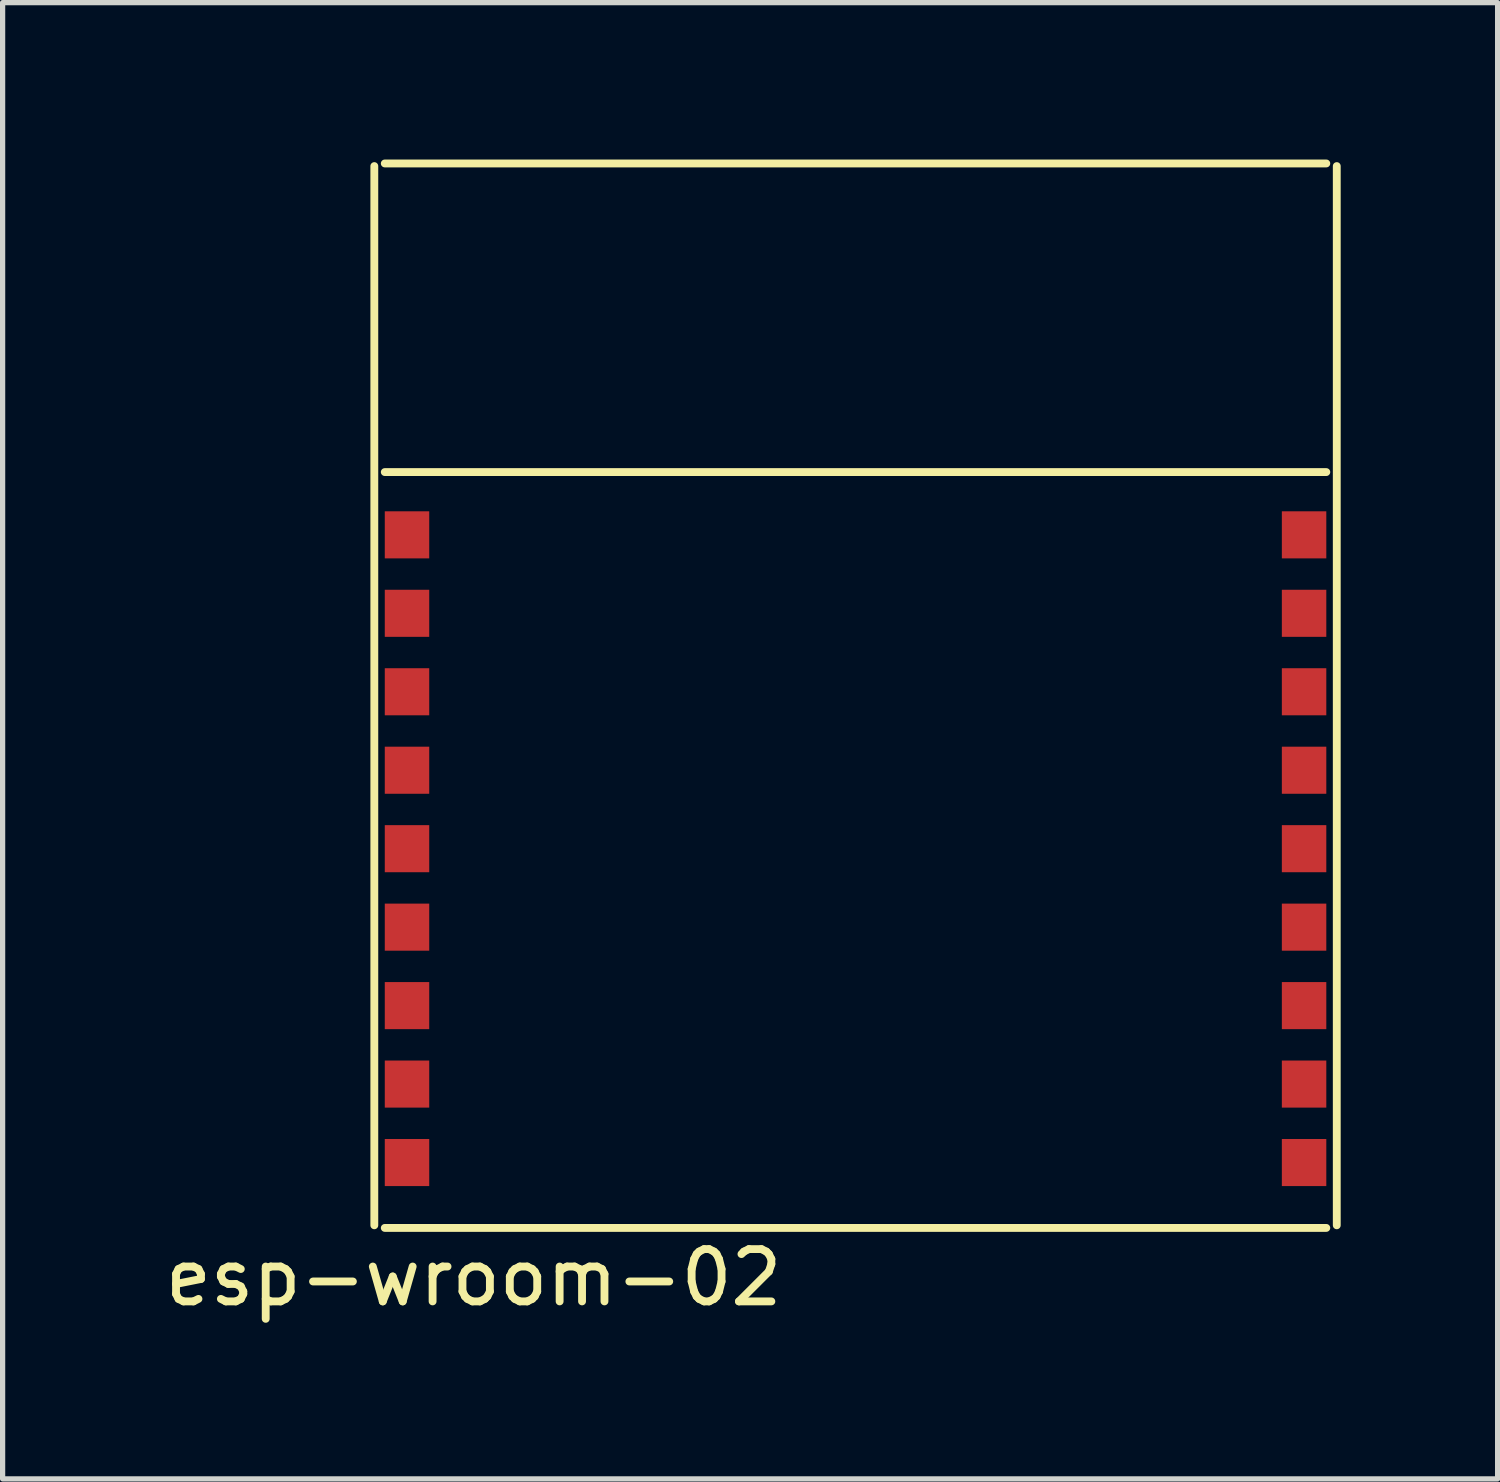
<source format=kicad_pcb>
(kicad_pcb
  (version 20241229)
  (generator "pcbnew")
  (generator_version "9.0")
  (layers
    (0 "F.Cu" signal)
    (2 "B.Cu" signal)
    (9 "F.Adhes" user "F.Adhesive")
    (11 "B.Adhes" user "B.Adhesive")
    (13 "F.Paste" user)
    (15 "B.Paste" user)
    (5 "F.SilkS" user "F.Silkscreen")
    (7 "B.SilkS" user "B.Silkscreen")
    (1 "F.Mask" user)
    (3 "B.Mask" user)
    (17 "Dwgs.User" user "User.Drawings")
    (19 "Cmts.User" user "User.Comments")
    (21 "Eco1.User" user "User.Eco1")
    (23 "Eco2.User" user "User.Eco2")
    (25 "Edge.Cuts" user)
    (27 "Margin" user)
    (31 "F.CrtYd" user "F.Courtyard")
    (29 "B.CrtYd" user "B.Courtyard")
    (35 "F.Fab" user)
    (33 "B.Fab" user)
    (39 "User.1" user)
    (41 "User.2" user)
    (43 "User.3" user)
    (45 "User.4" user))
  (footprint "esp-wroom-02"
    (layer "F.Cu")
    (at 13.306 5.975)
    (property "Reference" "esp-wroom-02" (at -7.3 15.4 0) (layer "F.SilkS") (effects (font (size 1 1) (thickness 0.15))))
    (attr through_hole)
    (fp_line (start -9.2 -5.85) (end -9.2 14.4) (stroke (width 0.15) (type solid)) (layer "F.SilkS"))
    (fp_line (start -9 -5.9) (end 9 -5.9) (stroke (width 0.15) (type solid)) (layer "F.SilkS"))
    (fp_line (start -9 0) (end 9 0) (stroke (width 0.15) (type solid)) (layer "F.SilkS"))
    (fp_line (start -9 14.45) (end 9 14.45) (stroke (width 0.15) (type solid)) (layer "F.SilkS"))
    (fp_line (start 9.2 -5.85) (end 9.2 14.4) (stroke (width 0.15) (type solid)) (layer "F.SilkS"))
    (pad "1" smd rect (at -8.575 1.2) (size 0.85 0.9) (layers "F.Cu" "F.Mask" "F.Paste"))
    (pad "2" smd rect (at -8.575 2.7) (size 0.85 0.9) (layers "F.Cu" "F.Mask" "F.Paste"))
    (pad "3" smd rect (at -8.575 4.2) (size 0.85 0.9) (layers "F.Cu" "F.Mask" "F.Paste"))
    (pad "4" smd rect (at -8.575 5.7) (size 0.85 0.9) (layers "F.Cu" "F.Mask" "F.Paste"))
    (pad "5" smd rect (at -8.575 7.2) (size 0.85 0.9) (layers "F.Cu" "F.Mask" "F.Paste"))
    (pad "6" smd rect (at -8.575 8.7) (size 0.85 0.9) (layers "F.Cu" "F.Mask" "F.Paste"))
    (pad "7" smd rect (at -8.575 10.2) (size 0.85 0.9) (layers "F.Cu" "F.Mask" "F.Paste"))
    (pad "8" smd rect (at -8.575 11.7) (size 0.85 0.9) (layers "F.Cu" "F.Mask" "F.Paste"))
    (pad "9" smd rect (at -8.575 13.2) (size 0.85 0.9) (layers "F.Cu" "F.Mask" "F.Paste"))
    (pad "10" smd rect (at 8.575 13.2) (size 0.85 0.9) (layers "F.Cu" "F.Mask" "F.Paste"))
    (pad "11" smd rect (at 8.575 11.7) (size 0.85 0.9) (layers "F.Cu" "F.Mask" "F.Paste"))
    (pad "12" smd rect (at 8.575 10.2) (size 0.85 0.9) (layers "F.Cu" "F.Mask" "F.Paste"))
    (pad "13" smd rect (at 8.575 8.7) (size 0.85 0.9) (layers "F.Cu" "F.Mask" "F.Paste"))
    (pad "14" smd rect (at 8.575 7.2) (size 0.85 0.9) (layers "F.Cu" "F.Mask" "F.Paste"))
    (pad "15" smd rect (at 8.575 5.7) (size 0.85 0.9) (layers "F.Cu" "F.Mask" "F.Paste"))
    (pad "16" smd rect (at 8.575 4.2) (size 0.85 0.9) (layers "F.Cu" "F.Mask" "F.Paste"))
    (pad "17" smd rect (at 8.575 2.7) (size 0.85 0.9) (layers "F.Cu" "F.Mask" "F.Paste"))
    (pad "18" smd rect (at 8.575 1.2) (size 0.85 0.9) (layers "F.Cu" "F.Mask" "F.Paste")))
  (gr_rect
    (start -3 -3)
    (end 25.581 25.223)
    (stroke (width 0.1) (type default))
    (fill no)
    (layer "Edge.Cuts")))
</source>
